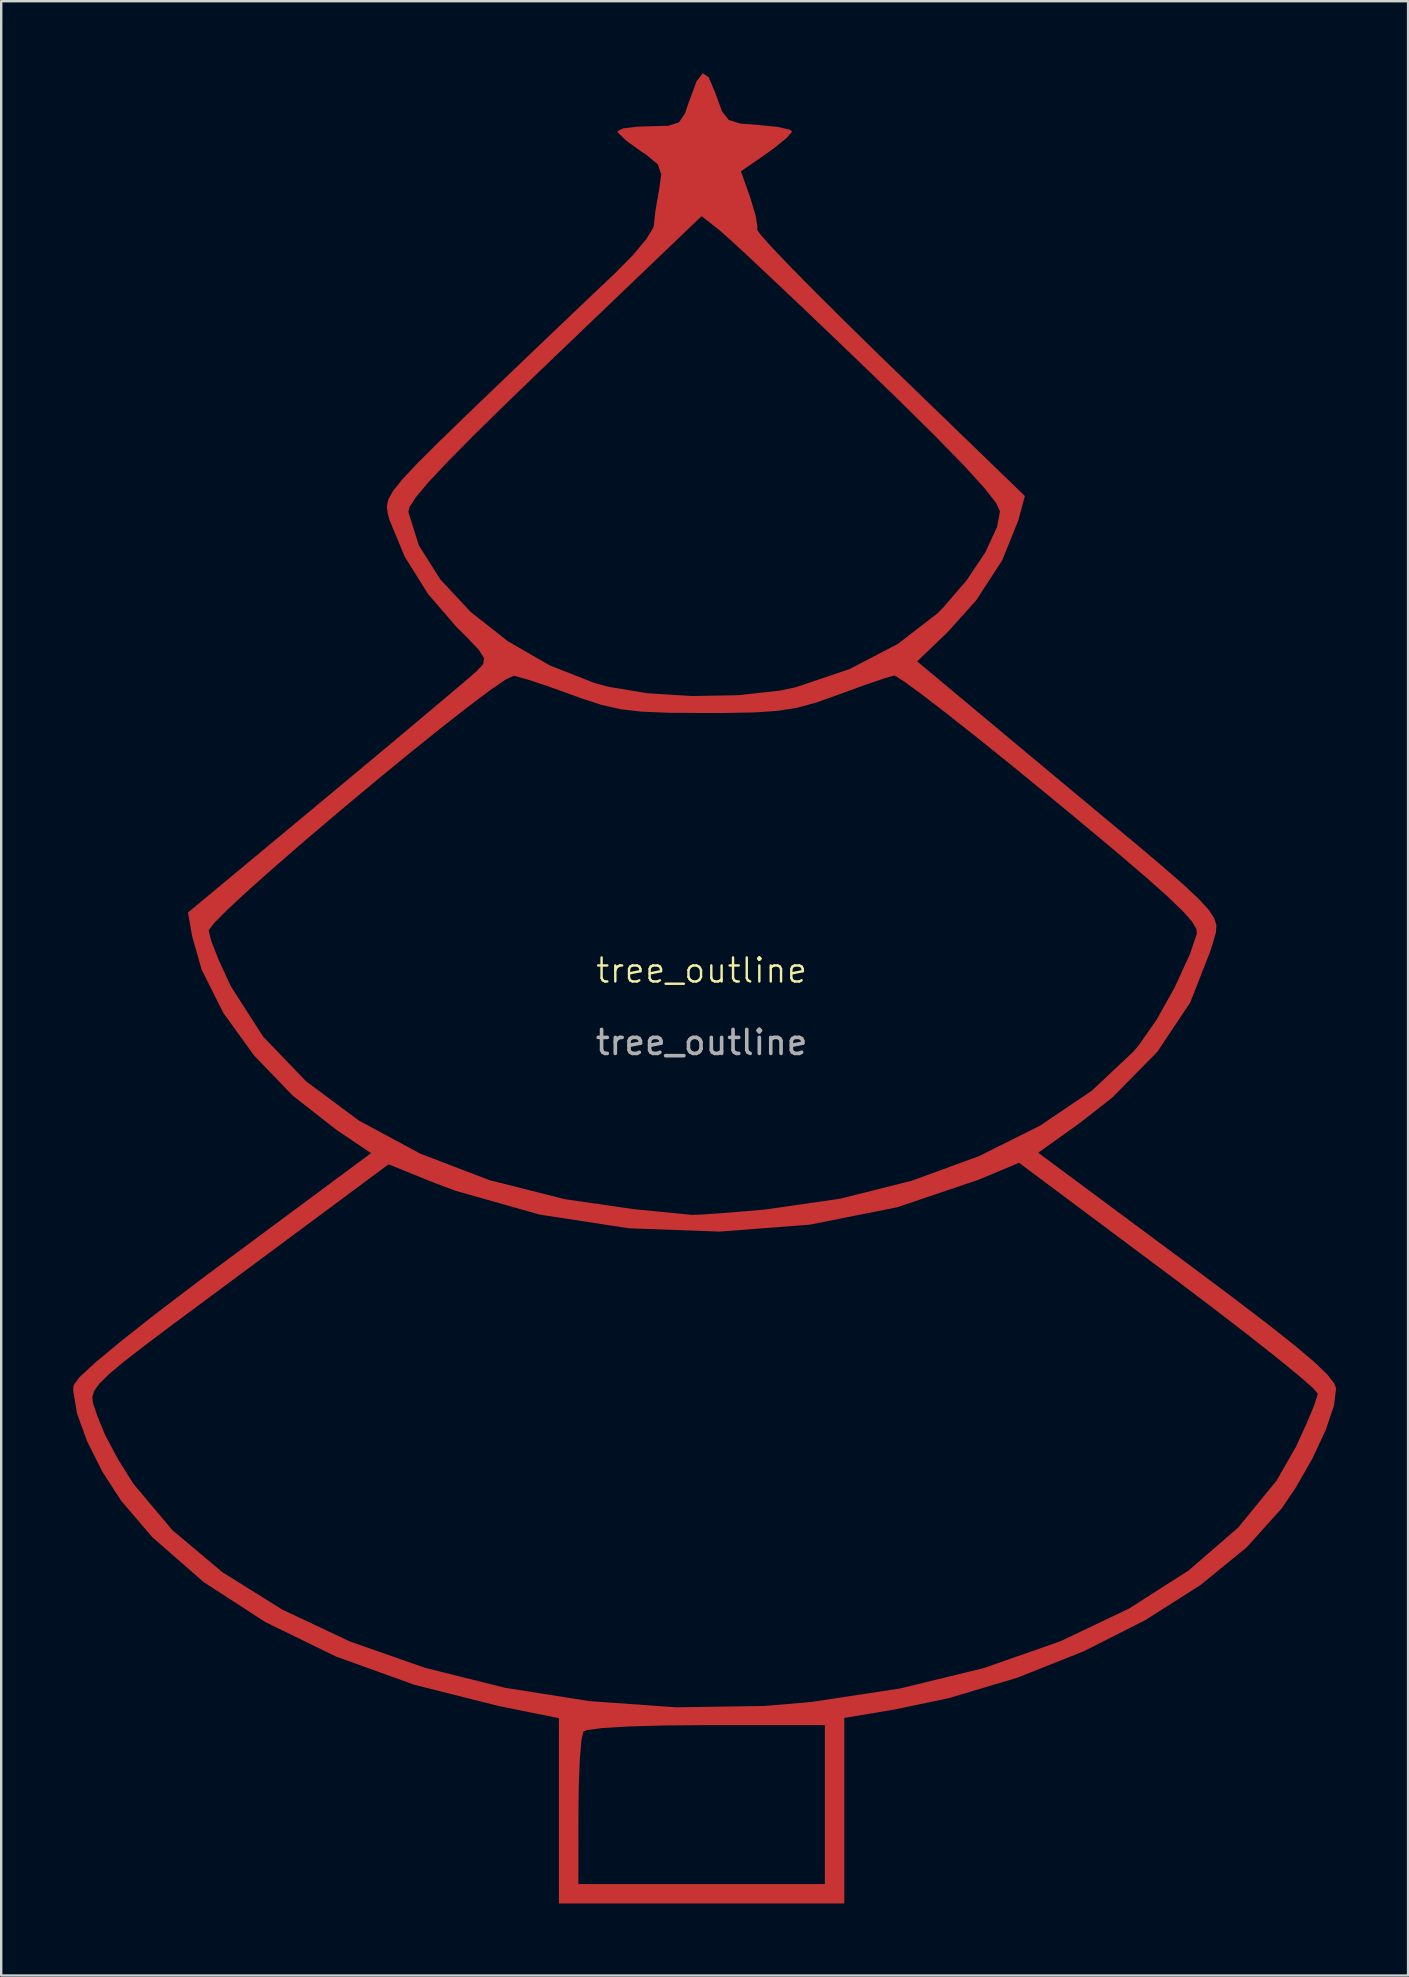
<source format=kicad_pcb>
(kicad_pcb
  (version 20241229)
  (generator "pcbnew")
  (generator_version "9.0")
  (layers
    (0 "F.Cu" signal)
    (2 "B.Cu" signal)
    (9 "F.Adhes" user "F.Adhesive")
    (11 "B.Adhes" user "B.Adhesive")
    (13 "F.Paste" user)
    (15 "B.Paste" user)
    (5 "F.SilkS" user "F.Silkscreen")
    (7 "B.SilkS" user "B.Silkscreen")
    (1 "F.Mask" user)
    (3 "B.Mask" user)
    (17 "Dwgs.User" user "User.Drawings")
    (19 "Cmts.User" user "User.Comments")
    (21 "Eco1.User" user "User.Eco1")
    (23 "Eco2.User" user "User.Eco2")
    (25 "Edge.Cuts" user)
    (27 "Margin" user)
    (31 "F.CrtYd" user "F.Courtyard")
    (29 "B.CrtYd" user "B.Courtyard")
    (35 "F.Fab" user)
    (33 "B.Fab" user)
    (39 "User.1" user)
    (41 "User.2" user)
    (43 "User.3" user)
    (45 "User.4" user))
  (footprint "tree_outline"
    (layer "F.Cu")
    (at 26.179 37.88)
    (property "Reference" "tree_outline" (at 0 -0.5 0) (unlocked yes) (layer "F.SilkS") (effects (font (size 1 1) (thickness 0.1))))
    (attr smd)
    (fp_poly (pts (xy 0.297 -37.711) (xy 0.576 -37.044) (xy 0.599 -36.975) (xy 0.852 -36.288) (xy 1.133 -35.932) (xy 1.62 -35.782) (xy 2.386 -35.722) (xy 3.169 -35.643) (xy 3.672 -35.529) (xy 3.773 -35.451) (xy 3.563 -35.2) (xy 3.043 -34.775) (xy 2.701 -34.529) (xy 1.639 -33.794) (xy 2.034 -32.676) (xy 2.25 -31.954) (xy 2.327 -31.458) (xy 2.31 -31.367) (xy 2.467 -31.138) (xy 2.966 -30.584) (xy 3.762 -29.753) (xy 4.807 -28.695) (xy 6.053 -27.457) (xy 7.452 -26.087) (xy 7.83 -25.721) (xy 13.467 -20.266) (xy 13.195 -19.253) (xy 12.525 -17.592) (xy 11.442 -15.923) (xy 10.253 -14.599) (xy 8.98 -13.376) (xy 14.555 -8.721) (xy 16.454 -7.139) (xy 17.98 -5.867) (xy 19.172 -4.863) (xy 20.067 -4.083) (xy 20.704 -3.488) (xy 21.121 -3.034) (xy 21.355 -2.679) (xy 21.445 -2.382) (xy 21.429 -2.1) (xy 21.344 -1.792) (xy 21.229 -1.415) (xy 21.213 -1.357) (xy 20.358 0.832) (xy 18.987 2.887) (xy 17.112 4.794) (xy 15.739 5.868) (xy 14.022 7.094) (xy 20.184 11.667) (xy 22.088 13.09) (xy 23.589 14.235) (xy 24.727 15.136) (xy 25.541 15.825) (xy 26.071 16.337) (xy 26.355 16.703) (xy 26.432 16.905) (xy 26.347 17.628) (xy 25.998 18.65) (xy 25.443 19.839) (xy 24.742 21.063) (xy 24.171 21.905) (xy 22.704 23.537) (xy 20.783 25.104) (xy 18.494 26.56) (xy 15.922 27.862) (xy 13.153 28.964) (xy 10.274 29.822) (xy 8.039 30.288) (xy 5.945 30.639) (xy 5.945 34.505) (xy 5.945 38.37) (xy 0 38.37) (xy -5.945 38.37) (xy -5.945 37.56) (xy -5.134 37.56) (xy 0 37.56) (xy 5.134 37.56) (xy 5.134 34.249) (xy 5.134 30.939) (xy 0.203 30.939) (xy -1.59 30.954) (xy -3.058 30.996) (xy -4.141 31.061) (xy -4.781 31.148) (xy -4.927 31.21) (xy -5.007 31.575) (xy -5.073 32.36) (xy -5.116 33.443) (xy -5.13 34.52) (xy -5.134 37.56) (xy -5.945 37.56) (xy -5.945 34.51) (xy -5.945 30.65) (xy -8.444 30.146) (xy -11.977 29.256) (xy -15.239 28.079) (xy -18.18 26.644) (xy -20.747 24.978) (xy -22.886 23.11) (xy -24.186 21.585) (xy -24.969 20.374) (xy -25.6 19.114) (xy -26.023 17.945) (xy -26.134 17.276) (xy -25.384 17.276) (xy -25.355 17.52) (xy -25.265 17.792) (xy -25.173 18.065) (xy -24.847 18.858) (xy -24.312 19.865) (xy -23.685 20.869) (xy -23.684 20.871) (xy -22.05 22.814) (xy -19.959 24.572) (xy -17.47 26.126) (xy -14.64 27.459) (xy -11.526 28.551) (xy -8.186 29.384) (xy -4.679 29.939) (xy -1.061 30.197) (xy 2.61 30.141) (xy 4.537 29.979) (xy 8.28 29.411) (xy 11.767 28.559) (xy 14.957 27.442) (xy 17.81 26.081) (xy 20.288 24.498) (xy 22.351 22.712) (xy 23.959 20.746) (xy 24.757 19.35) (xy 25.191 18.405) (xy 25.514 17.63) (xy 25.665 17.168) (xy 25.67 17.125) (xy 25.462 16.888) (xy 24.872 16.374) (xy 23.956 15.626) (xy 22.769 14.689) (xy 21.364 13.606) (xy 19.796 12.42) (xy 19.447 12.159) (xy 13.224 7.512) (xy 11.543 8.217) (xy 8.142 9.367) (xy 4.513 10.088) (xy 0.757 10.379) (xy -3.026 10.241) (xy -6.734 9.673) (xy -10.266 8.675) (xy -11.326 8.272) (xy -13.042 7.575) (xy -18.478 11.611) (xy -20.417 13.049) (xy -21.967 14.199) (xy -23.168 15.101) (xy -24.063 15.795) (xy -24.69 16.32) (xy -25.092 16.716) (xy -25.31 17.021) (xy -25.384 17.276) (xy -26.134 17.276) (xy -26.179 17.007) (xy -26.163 16.773) (xy -25.916 16.443) (xy -25.251 15.828) (xy -24.197 14.951) (xy -22.78 13.834) (xy -21.027 12.498) (xy -19.923 11.674) (xy -13.771 7.109) (xy -15.195 6.154) (xy -17.031 4.716) (xy -18.631 3.058) (xy -19.92 1.278) (xy -20.825 -0.525) (xy -21.225 -1.93) (xy -21.265 -2.16) (xy -20.536 -2.16) (xy -20.42 -1.705) (xy -20.113 -0.926) (xy -19.677 0.021) (xy -19.594 0.189) (xy -18.27 2.251) (xy -16.482 4.113) (xy -14.282 5.75) (xy -11.717 7.133) (xy -8.838 8.235) (xy -5.695 9.029) (xy -2.837 9.443) (xy -1.791 9.545) (xy -0.947 9.628) (xy -0.456 9.677) (xy -0.405 9.682) (xy -0.037 9.67) (xy 0.743 9.617) (xy 1.806 9.532) (xy 2.645 9.459) (xy 5.765 9.01) (xy 8.766 8.256) (xy 11.568 7.23) (xy 14.093 5.969) (xy 16.261 4.505) (xy 17.995 2.874) (xy 18.215 2.614) (xy 18.963 1.54) (xy 19.711 0.202) (xy 20.331 -1.154) (xy 20.633 -2.027) (xy 20.611 -2.239) (xy 20.423 -2.549) (xy 20.028 -2.992) (xy 19.389 -3.605) (xy 18.465 -4.426) (xy 17.219 -5.489) (xy 15.61 -6.832) (xy 14.558 -7.701) (xy 12.981 -8.992) (xy 11.53 -10.161) (xy 10.259 -11.166) (xy 9.222 -11.964) (xy 8.473 -12.514) (xy 8.068 -12.773) (xy 8.018 -12.787) (xy 7.628 -12.675) (xy 6.879 -12.419) (xy 5.916 -12.071) (xy 5.674 -11.981) (xy 4.772 -11.662) (xy 3.99 -11.446) (xy 3.18 -11.316) (xy 2.194 -11.249) (xy 0.884 -11.226) (xy 0.135 -11.225) (xy -1.376 -11.236) (xy -2.496 -11.282) (xy -3.373 -11.383) (xy -4.155 -11.559) (xy -4.991 -11.831) (xy -5.404 -11.982) (xy -6.411 -12.344) (xy -7.254 -12.622) (xy -7.778 -12.767) (xy -7.836 -12.776) (xy -8.165 -12.619) (xy -8.833 -12.159) (xy -9.779 -11.448) (xy -10.937 -10.539) (xy -12.246 -9.485) (xy -13.642 -8.339) (xy -15.061 -7.153) (xy -16.441 -5.981) (xy -17.718 -4.875) (xy -18.829 -3.889) (xy -19.711 -3.074) (xy -20.301 -2.484) (xy -20.535 -2.172) (xy -20.536 -2.16) (xy -21.265 -2.16) (xy -21.396 -2.915) (xy -15.629 -7.711) (xy -14.097 -8.987) (xy -12.68 -10.171) (xy -11.439 -11.212) (xy -10.432 -12.06) (xy -9.719 -12.666) (xy -9.359 -12.98) (xy -9.351 -12.988) (xy -9.103 -13.257) (xy -9.063 -13.512) (xy -9.284 -13.863) (xy -9.819 -14.422) (xy -10.202 -14.798) (xy -11.394 -16.18) (xy -12.368 -17.737) (xy -13.005 -19.275) (xy -13.077 -19.543) (xy -13.085 -19.604) (xy -12.218 -19.604) (xy -11.776 -18.202) (xy -10.883 -16.788) (xy -9.621 -15.436) (xy -8.073 -14.218) (xy -6.322 -13.206) (xy -4.451 -12.472) (xy -3.882 -12.318) (xy -2.257 -12.049) (xy -0.38 -11.932) (xy 1.528 -11.968) (xy 3.245 -12.157) (xy 3.929 -12.301) (xy 6.167 -13.058) (xy 8.173 -14.104) (xy 9.812 -15.365) (xy 10.04 -15.591) (xy 11.047 -16.762) (xy 11.827 -17.93) (xy 12.308 -18.976) (xy 12.43 -19.626) (xy 12.269 -19.976) (xy 11.777 -20.604) (xy 10.937 -21.527) (xy 9.733 -22.762) (xy 8.15 -24.326) (xy 6.939 -25.498) (xy 5.479 -26.899) (xy 4.113 -28.203) (xy 2.898 -29.353) (xy 1.893 -30.296) (xy 1.155 -30.976) (xy 0.743 -31.34) (xy 0.724 -31.355) (xy -0.001 -31.925) (xy -6.148 -26.042) (xy -7.986 -24.272) (xy -9.452 -22.834) (xy -10.575 -21.698) (xy -11.384 -20.835) (xy -11.906 -20.212) (xy -12.172 -19.8) (xy -12.218 -19.604) (xy -13.085 -19.604) (xy -13.115 -19.825) (xy -13.055 -20.119) (xy -12.851 -20.483) (xy -12.455 -20.974) (xy -11.819 -21.65) (xy -10.897 -22.568) (xy -9.641 -23.785) (xy -9.265 -24.146) (xy -7.927 -25.429) (xy -6.604 -26.696) (xy -5.387 -27.857) (xy -4.371 -28.823) (xy -3.649 -29.505) (xy -3.638 -29.515) (xy -2.879 -30.282) (xy -2.304 -30.967) (xy -2.01 -31.449) (xy -1.991 -31.533) (xy -1.927 -32.121) (xy -1.792 -32.913) (xy -1.772 -33.014) (xy -1.681 -33.666) (xy -1.822 -34.082) (xy -2.298 -34.477) (xy -2.537 -34.635) (xy -3.134 -35.064) (xy -3.477 -35.394) (xy -3.509 -35.465) (xy -3.269 -35.582) (xy -2.65 -35.655) (xy -2.183 -35.668) (xy -1.382 -35.691) (xy -0.945 -35.832) (xy -0.696 -36.199) (xy -0.529 -36.681) (xy -0.212 -37.541) (xy 0.048 -37.88)) (stroke (width 0) (type solid)) (fill yes) (layer "F.Cu"))
    (fp_poly (pts (xy 0.297 -37.711) (xy 0.576 -37.044) (xy 0.599 -36.975) (xy 0.852 -36.288) (xy 1.133 -35.932) (xy 1.62 -35.782) (xy 2.386 -35.722) (xy 3.169 -35.643) (xy 3.672 -35.529) (xy 3.773 -35.451) (xy 3.563 -35.2) (xy 3.043 -34.775) (xy 2.701 -34.529) (xy 1.639 -33.794) (xy 2.034 -32.676) (xy 2.25 -31.954) (xy 2.327 -31.458) (xy 2.31 -31.367) (xy 2.467 -31.138) (xy 2.966 -30.584) (xy 3.762 -29.753) (xy 4.807 -28.695) (xy 6.053 -27.457) (xy 7.452 -26.087) (xy 7.83 -25.721) (xy 13.467 -20.266) (xy 13.195 -19.253) (xy 12.525 -17.592) (xy 11.442 -15.923) (xy 10.253 -14.599) (xy 8.98 -13.376) (xy 14.555 -8.721) (xy 16.454 -7.139) (xy 17.98 -5.867) (xy 19.172 -4.863) (xy 20.067 -4.083) (xy 20.704 -3.488) (xy 21.121 -3.034) (xy 21.355 -2.679) (xy 21.445 -2.382) (xy 21.429 -2.1) (xy 21.344 -1.792) (xy 21.229 -1.415) (xy 21.213 -1.357) (xy 20.358 0.832) (xy 18.987 2.887) (xy 17.112 4.794) (xy 15.739 5.868) (xy 14.022 7.094) (xy 20.184 11.667) (xy 22.088 13.09) (xy 23.589 14.235) (xy 24.727 15.136) (xy 25.541 15.825) (xy 26.071 16.337) (xy 26.355 16.703) (xy 26.432 16.905) (xy 26.347 17.628) (xy 25.998 18.65) (xy 25.443 19.839) (xy 24.742 21.063) (xy 24.171 21.905) (xy 22.704 23.537) (xy 20.783 25.104) (xy 18.494 26.56) (xy 15.922 27.862) (xy 13.153 28.964) (xy 10.274 29.822) (xy 8.039 30.288) (xy 5.945 30.639) (xy 5.945 34.505) (xy 5.945 38.37) (xy 0 38.37) (xy -5.945 38.37) (xy -5.945 37.56) (xy -5.134 37.56) (xy 0 37.56) (xy 5.134 37.56) (xy 5.134 34.249) (xy 5.134 30.939) (xy 0.203 30.939) (xy -1.59 30.954) (xy -3.058 30.996) (xy -4.141 31.061) (xy -4.781 31.148) (xy -4.927 31.21) (xy -5.007 31.575) (xy -5.073 32.36) (xy -5.116 33.443) (xy -5.13 34.52) (xy -5.134 37.56) (xy -5.945 37.56) (xy -5.945 34.51) (xy -5.945 30.65) (xy -8.444 30.146) (xy -11.977 29.256) (xy -15.239 28.079) (xy -18.18 26.644) (xy -20.747 24.978) (xy -22.886 23.11) (xy -24.186 21.585) (xy -24.969 20.374) (xy -25.6 19.114) (xy -26.023 17.945) (xy -26.134 17.276) (xy -25.384 17.276) (xy -25.355 17.52) (xy -25.265 17.792) (xy -25.173 18.065) (xy -24.847 18.858) (xy -24.312 19.865) (xy -23.685 20.869) (xy -23.684 20.871) (xy -22.05 22.814) (xy -19.959 24.572) (xy -17.47 26.126) (xy -14.64 27.459) (xy -11.526 28.551) (xy -8.186 29.384) (xy -4.679 29.939) (xy -1.061 30.197) (xy 2.61 30.141) (xy 4.537 29.979) (xy 8.28 29.411) (xy 11.767 28.559) (xy 14.957 27.442) (xy 17.81 26.081) (xy 20.288 24.498) (xy 22.351 22.712) (xy 23.959 20.746) (xy 24.757 19.35) (xy 25.191 18.405) (xy 25.514 17.63) (xy 25.665 17.168) (xy 25.67 17.125) (xy 25.462 16.888) (xy 24.872 16.374) (xy 23.956 15.626) (xy 22.769 14.689) (xy 21.364 13.606) (xy 19.796 12.42) (xy 19.447 12.159) (xy 13.224 7.512) (xy 11.543 8.217) (xy 8.142 9.367) (xy 4.513 10.088) (xy 0.757 10.379) (xy -3.026 10.241) (xy -6.734 9.673) (xy -10.266 8.675) (xy -11.326 8.272) (xy -13.042 7.575) (xy -18.478 11.611) (xy -20.417 13.049) (xy -21.967 14.199) (xy -23.168 15.101) (xy -24.063 15.795) (xy -24.69 16.32) (xy -25.092 16.716) (xy -25.31 17.021) (xy -25.384 17.276) (xy -26.134 17.276) (xy -26.179 17.007) (xy -26.163 16.773) (xy -25.916 16.443) (xy -25.251 15.828) (xy -24.197 14.951) (xy -22.78 13.834) (xy -21.027 12.498) (xy -19.923 11.674) (xy -13.771 7.109) (xy -15.195 6.154) (xy -17.031 4.716) (xy -18.631 3.058) (xy -19.92 1.278) (xy -20.825 -0.525) (xy -21.225 -1.93) (xy -21.265 -2.16) (xy -20.536 -2.16) (xy -20.42 -1.705) (xy -20.113 -0.926) (xy -19.677 0.021) (xy -19.594 0.189) (xy -18.27 2.251) (xy -16.482 4.113) (xy -14.282 5.75) (xy -11.717 7.133) (xy -8.838 8.235) (xy -5.695 9.029) (xy -2.837 9.443) (xy -1.791 9.545) (xy -0.947 9.628) (xy -0.456 9.677) (xy -0.405 9.682) (xy -0.037 9.67) (xy 0.743 9.617) (xy 1.806 9.532) (xy 2.645 9.459) (xy 5.765 9.01) (xy 8.766 8.256) (xy 11.568 7.23) (xy 14.093 5.969) (xy 16.261 4.505) (xy 17.995 2.874) (xy 18.215 2.614) (xy 18.963 1.54) (xy 19.711 0.202) (xy 20.331 -1.154) (xy 20.633 -2.027) (xy 20.611 -2.239) (xy 20.423 -2.549) (xy 20.028 -2.992) (xy 19.389 -3.605) (xy 18.465 -4.426) (xy 17.219 -5.489) (xy 15.61 -6.832) (xy 14.558 -7.701) (xy 12.981 -8.992) (xy 11.53 -10.161) (xy 10.259 -11.166) (xy 9.222 -11.964) (xy 8.473 -12.514) (xy 8.068 -12.773) (xy 8.018 -12.787) (xy 7.628 -12.675) (xy 6.879 -12.419) (xy 5.916 -12.071) (xy 5.674 -11.981) (xy 4.772 -11.662) (xy 3.99 -11.446) (xy 3.18 -11.316) (xy 2.194 -11.249) (xy 0.884 -11.226) (xy 0.135 -11.225) (xy -1.376 -11.236) (xy -2.496 -11.282) (xy -3.373 -11.383) (xy -4.155 -11.559) (xy -4.991 -11.831) (xy -5.404 -11.982) (xy -6.411 -12.344) (xy -7.254 -12.622) (xy -7.778 -12.767) (xy -7.836 -12.776) (xy -8.165 -12.619) (xy -8.833 -12.159) (xy -9.779 -11.448) (xy -10.937 -10.539) (xy -12.246 -9.485) (xy -13.642 -8.339) (xy -15.061 -7.153) (xy -16.441 -5.981) (xy -17.718 -4.875) (xy -18.829 -3.889) (xy -19.711 -3.074) (xy -20.301 -2.484) (xy -20.535 -2.172) (xy -20.536 -2.16) (xy -21.265 -2.16) (xy -21.396 -2.915) (xy -15.629 -7.711) (xy -14.097 -8.987) (xy -12.68 -10.171) (xy -11.439 -11.212) (xy -10.432 -12.06) (xy -9.719 -12.666) (xy -9.359 -12.98) (xy -9.351 -12.988) (xy -9.103 -13.257) (xy -9.063 -13.512) (xy -9.284 -13.863) (xy -9.819 -14.422) (xy -10.202 -14.798) (xy -11.394 -16.18) (xy -12.368 -17.737) (xy -13.005 -19.275) (xy -13.077 -19.543) (xy -13.085 -19.604) (xy -12.218 -19.604) (xy -11.776 -18.202) (xy -10.883 -16.788) (xy -9.621 -15.436) (xy -8.073 -14.218) (xy -6.322 -13.206) (xy -4.451 -12.472) (xy -3.882 -12.318) (xy -2.257 -12.049) (xy -0.38 -11.932) (xy 1.528 -11.968) (xy 3.245 -12.157) (xy 3.929 -12.301) (xy 6.167 -13.058) (xy 8.173 -14.104) (xy 9.812 -15.365) (xy 10.04 -15.591) (xy 11.047 -16.762) (xy 11.827 -17.93) (xy 12.308 -18.976) (xy 12.43 -19.626) (xy 12.269 -19.976) (xy 11.777 -20.604) (xy 10.937 -21.527) (xy 9.733 -22.762) (xy 8.15 -24.326) (xy 6.939 -25.498) (xy 5.479 -26.899) (xy 4.113 -28.203) (xy 2.898 -29.353) (xy 1.893 -30.296) (xy 1.155 -30.976) (xy 0.743 -31.34) (xy 0.724 -31.355) (xy -0.001 -31.925) (xy -6.148 -26.042) (xy -7.986 -24.272) (xy -9.452 -22.834) (xy -10.575 -21.698) (xy -11.384 -20.835) (xy -11.906 -20.212) (xy -12.172 -19.8) (xy -12.218 -19.604) (xy -13.085 -19.604) (xy -13.115 -19.825) (xy -13.055 -20.119) (xy -12.851 -20.483) (xy -12.455 -20.974) (xy -11.819 -21.65) (xy -10.897 -22.568) (xy -9.641 -23.785) (xy -9.265 -24.146) (xy -7.927 -25.429) (xy -6.604 -26.696) (xy -5.387 -27.857) (xy -4.371 -28.823) (xy -3.649 -29.505) (xy -3.638 -29.515) (xy -2.879 -30.282) (xy -2.304 -30.967) (xy -2.01 -31.449) (xy -1.991 -31.533) (xy -1.927 -32.121) (xy -1.792 -32.913) (xy -1.772 -33.014) (xy -1.681 -33.666) (xy -1.822 -34.082) (xy -2.298 -34.477) (xy -2.537 -34.635) (xy -3.134 -35.064) (xy -3.477 -35.394) (xy -3.509 -35.465) (xy -3.269 -35.582) (xy -2.65 -35.655) (xy -2.183 -35.668) (xy -1.382 -35.691) (xy -0.945 -35.832) (xy -0.696 -36.199) (xy -0.529 -36.681) (xy -0.212 -37.541) (xy 0.048 -37.88)) (stroke (width 0) (type solid)) (fill yes) (layer "F.Mask"))
    (fp_text user "${REFERENCE}" (at 0 2.5 0) (unlocked yes) (layer "F.Fab") (effects (font (size 1 1) (thickness 0.15)))))
  (gr_rect
    (start -3 -3)
    (end 55.611 79.25)
    (stroke (width 0.1) (type default))
    (fill no)
    (layer "Edge.Cuts")))
</source>
